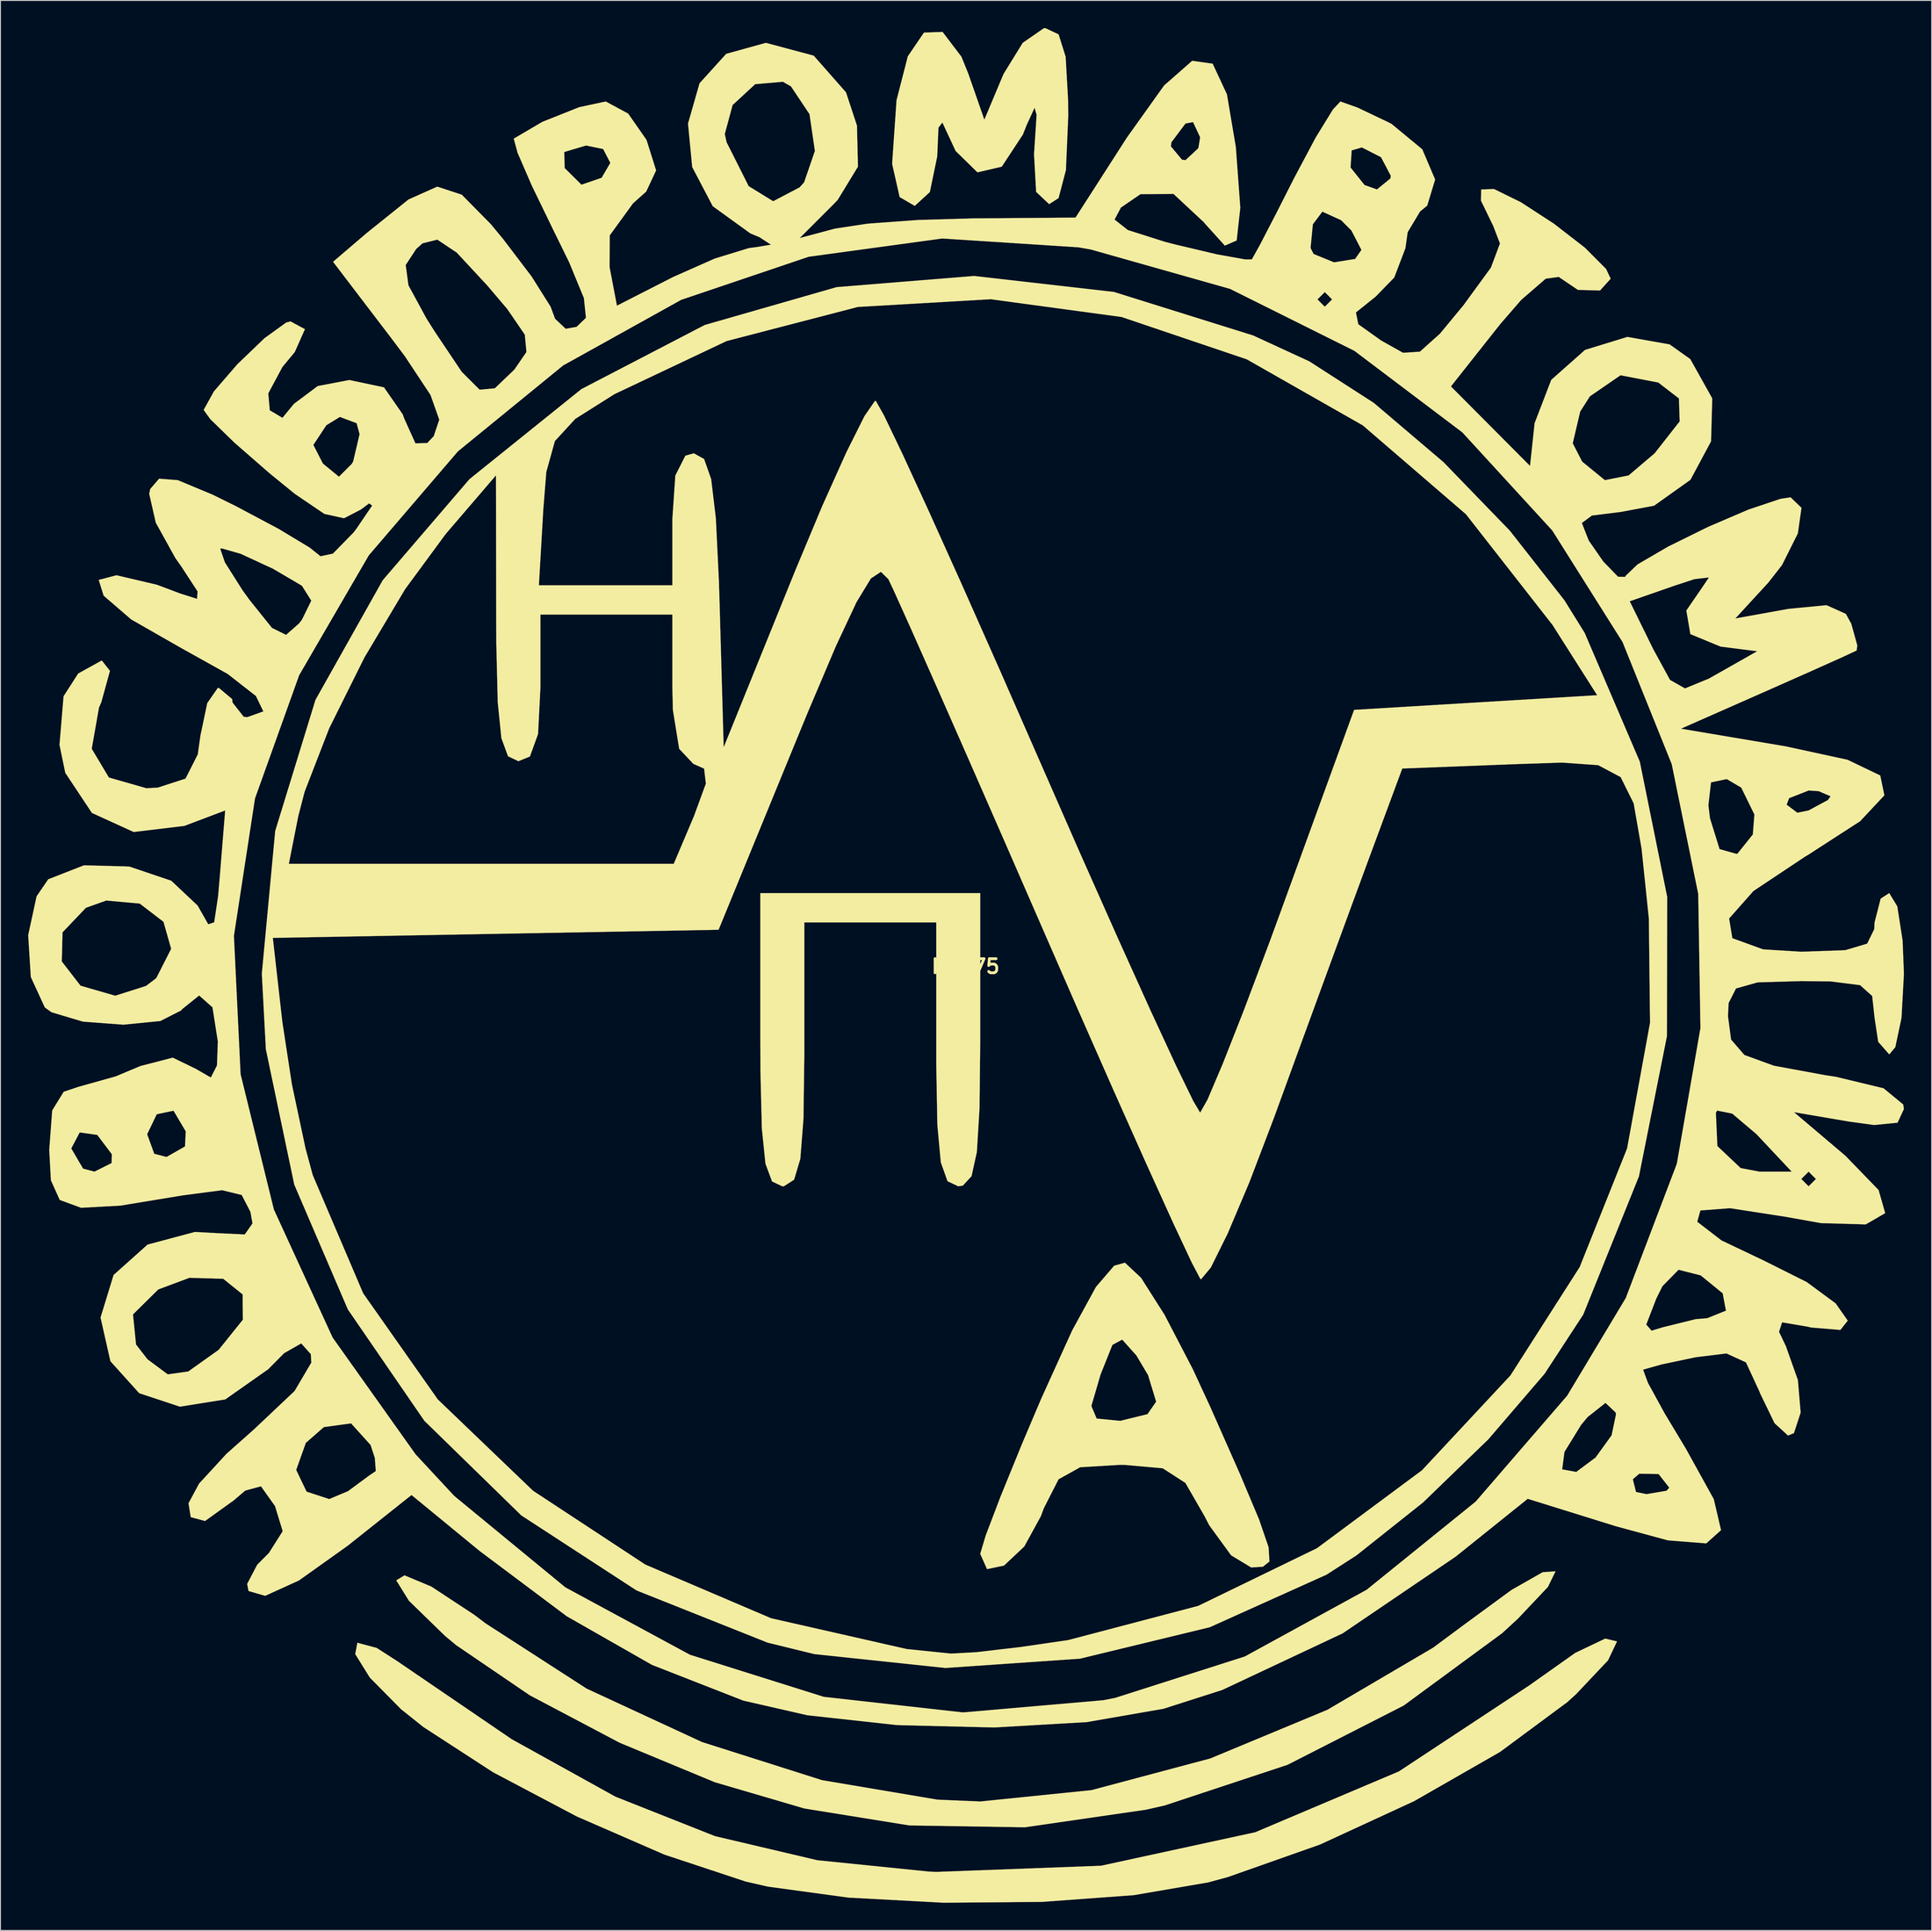
<source format=kicad_pcb>
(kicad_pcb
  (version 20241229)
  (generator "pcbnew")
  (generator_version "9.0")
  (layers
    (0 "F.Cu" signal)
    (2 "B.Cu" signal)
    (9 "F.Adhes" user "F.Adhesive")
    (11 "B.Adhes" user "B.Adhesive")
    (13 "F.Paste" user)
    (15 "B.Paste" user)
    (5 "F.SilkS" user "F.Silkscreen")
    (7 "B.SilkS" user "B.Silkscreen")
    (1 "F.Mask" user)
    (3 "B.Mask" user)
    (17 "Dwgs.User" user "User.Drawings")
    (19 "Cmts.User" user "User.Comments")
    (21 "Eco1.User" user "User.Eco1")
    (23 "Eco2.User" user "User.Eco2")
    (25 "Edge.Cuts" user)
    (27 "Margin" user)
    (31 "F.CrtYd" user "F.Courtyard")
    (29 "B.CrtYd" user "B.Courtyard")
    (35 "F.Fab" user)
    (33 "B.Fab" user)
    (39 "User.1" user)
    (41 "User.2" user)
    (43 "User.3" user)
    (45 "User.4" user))
  (footprint "NPA75"
    (layer "F.Cu")
    (at 101.502 101.605)
    (property "Reference" "NPA75" (at 0 0 0) (layer "F.SilkS") (effects (font (size 1.524 1.524) (thickness 0.3))))
    (attr through_hole)
    (fp_poly (pts (xy 1.587 7.938) (xy 1.509 15.34) (xy 1.221 20.093) (xy 0.644 22.718) (xy -0.298 23.737) (xy -0.794 23.812) (xy -1.955 23.256) (xy -2.679 21.224) (xy -3.055 17.174) (xy -3.174 10.563) (xy -3.175 9.525) (xy -3.175 -4.763) (xy -17.462 -4.763) (xy -17.462 9.525) (xy -17.555 16.495) (xy -17.894 20.837) (xy -18.569 23.093) (xy -19.671 23.805) (xy -19.844 23.812) (xy -20.954 23.288) (xy -21.667 21.366) (xy -22.061 17.524) (xy -22.214 11.241) (xy -22.225 7.938) (xy -22.225 -7.938) (xy 1.587 -7.938) (xy 1.587 7.938)) (stroke (width 0.01) (type solid)) (fill yes) (layer "F.SilkS"))
    (fp_poly (pts (xy 63.053 67.196) (xy 59.812 70.627) (xy 58.101 72.203) (xy 47.431 80.044) (xy 34.868 86.454) (xy 21.572 90.856) (xy 19.505 91.324) (xy 6.417 93.224) (xy -6.077 93.023) (xy -17.462 91.186) (xy -27.156 88.342) (xy -37.46 84.066) (xy -47.194 78.926) (xy -55.176 73.489) (xy -56.37 72.493) (xy -60.271 68.697) (xy -61.643 66.487) (xy -60.751 65.945) (xy -57.862 67.152) (xy -53.24 70.189) (xy -51.97 71.148) (xy -41.03 78.212) (xy -28.551 83.992) (xy -15.551 88.122) (xy -3.045 90.234) (xy 1.587 90.432) (xy 13.635 89.204) (xy 26.507 85.77) (xy 39.177 80.504) (xy 50.621 73.779) (xy 53.937 71.318) (xy 59.113 67.523) (xy 62.496 65.6) (xy 63.878 65.506) (xy 63.053 67.196)) (stroke (width 0.01) (type solid)) (fill yes) (layer "F.SilkS"))
    (fp_poly (pts (xy 10.071 -100.931) (xy 10.834 -98.507) (xy 11.103 -93.701) (xy 11.113 -92.075) (xy 10.864 -86.243) (xy 10.067 -83.204) (xy 9.05 -82.55) (xy 7.641 -83.873) (xy 7.413 -87.963) (xy 7.451 -88.503) (xy 7.692 -92.209) (xy 7.472 -92.992) (xy 6.601 -91.093) (xy 6.207 -90.091) (xy 3.917 -86.606) (xy 1.286 -85.993) (xy -1.083 -88.315) (xy -1.538 -89.297) (xy -2.511 -91.387) (xy -2.937 -90.832) (xy -3.074 -87.709) (xy -3.87 -83.859) (xy -5.504 -82.36) (xy -7.138 -83.317) (xy -7.935 -86.831) (xy -7.938 -87.114) (xy -7.475 -93.798) (xy -6.251 -98.561) (xy -4.509 -101.122) (xy -2.494 -101.199) (xy -0.449 -98.509) (xy 0.304 -96.647) (xy 2.031 -91.693) (xy 4.114 -96.647) (xy 6.189 -100.014) (xy 8.457 -101.585) (xy 8.655 -101.6) (xy 10.071 -100.931)) (stroke (width 0.01) (type solid)) (fill yes) (layer "F.SilkS"))
    (fp_poly (pts (xy 70.534 73.097) (xy 69.566 75.142) (xy 66.1 78.811) (xy 65.14 79.681) (xy 57.87 85.063) (xy 48.582 90.385) (xy 38.39 95.087) (xy 28.41 98.609) (xy 26.257 99.195) (xy 18.228 100.572) (xy 8.288 101.303) (xy -2.403 101.391) (xy -12.691 100.838) (xy -21.416 99.646) (xy -23.812 99.098) (xy -32.611 96.182) (xy -42.102 92.049) (xy -51.175 87.256) (xy -58.719 82.358) (xy -61.132 80.43) (xy -64.5 77.021) (xy -66.086 74.472) (xy -65.854 73.245) (xy -63.764 73.804) (xy -61.558 75.222) (xy -49.143 83.689) (xy -37.912 89.915) (xy -27.129 94.187) (xy -16.058 96.793) (xy -3.966 98.022) (xy -3.175 98.059) (xy 14.672 97.39) (xy 31.366 93.764) (xy 46.919 87.177) (xy 61.042 77.86) (xy 66.014 74.341) (xy 69.264 72.792) (xy 70.534 73.097)) (stroke (width 0.01) (type solid)) (fill yes) (layer "F.SilkS"))
    (fp_poly (pts (xy 18.989 33.71) (xy 21.549 37.739) (xy 24.606 43.622) (xy 26.466 47.639) (xy 29.711 54.981) (xy 31.783 59.906) (xy 32.806 62.897) (xy 32.902 64.437) (xy 32.196 65.006) (xy 30.931 65.088) (xy 28.755 63.775) (xy 26.385 60.521) (xy 25.874 59.531) (xy 23.801 55.93) (xy 21.347 54.347) (xy 17.182 53.976) (xy 16.694 53.975) (xy 12.405 54.234) (xy 10.068 55.538) (xy 8.469 58.676) (xy 8.154 59.531) (xy 6.355 62.815) (xy 4.162 64.882) (xy 2.323 65.268) (xy 1.587 63.614) (xy 2.182 61.622) (xy 3.789 57.403) (xy 6.141 51.638) (xy 7.855 47.6) (xy 13.618 47.6) (xy 14.19 48.962) (xy 16.722 49.212) (xy 16.751 49.212) (xy 19.697 48.489) (xy 20.637 47.135) (xy 19.759 44.257) (xy 18.496 42.129) (xy 16.96 40.411) (xy 15.894 40.987) (xy 14.61 44.207) (xy 13.618 47.6) (xy 7.855 47.6) (xy 8.163 46.872) (xy 11.538 39.432) (xy 14.118 34.712) (xy 16.088 32.412) (xy 17.252 32.088) (xy 18.989 33.71)) (stroke (width 0.01) (type solid)) (fill yes) (layer "F.SilkS"))
    (fp_poly (pts (xy 16.062 -73.038) (xy 31.139 -68.323) (xy 37.221 -65.52) (xy 44.206 -61.02) (xy 51.747 -54.608) (xy 58.929 -47.185) (xy 64.837 -39.652) (xy 67.032 -36.119) (xy 73.002 -22.176) (xy 75.971 -7.51) (xy 75.938 7.566) (xy 72.906 22.744) (xy 66.879 37.7) (xy 62.689 44.118) (xy 56.613 51.199) (xy 49.53 58.051) (xy 42.323 63.781) (xy 39.089 65.864) (xy 26.441 71.559) (xy 12.383 74.965) (xy -2.187 75.971) (xy -16.371 74.469) (xy -21.431 73.23) (xy -35.628 67.574) (xy -48.103 59.452) (xy -58.606 49.199) (xy -66.884 37.147) (xy -72.687 23.628) (xy -75.762 8.974) (xy -76.2 0.794) (xy -75.836 -3.09) (xy -75.013 -3.09) (xy -73.984 5.996) (xy -72.948 12.764) (xy -71.478 19.685) (xy -70.694 22.59) (xy -65.231 35.398) (xy -57.149 46.892) (xy -46.836 56.782) (xy -34.679 64.777) (xy -21.065 70.587) (xy -6.38 73.923) (xy -1.587 74.415) (xy 1.148 74.267) (xy 5.927 73.709) (xy 11.113 72.954) (xy 25.19 69.251) (xy 38.055 63.002) (xy 49.419 54.565) (xy 58.995 44.299) (xy 66.495 32.561) (xy 71.63 19.71) (xy 74.112 6.103) (xy 73.984 -5.2) (xy 73.2 -12.738) (xy 72.34 -17.661) (xy 70.931 -20.502) (xy 68.499 -21.795) (xy 64.57 -22.074) (xy 59.172 -21.892) (xy 47.283 -21.431) (xy 43.755 -11.906) (xy 41.775 -6.534) (xy 39.083 0.807) (xy 36.051 9.098) (xy 33.396 16.378) (xy 30.742 23.338) (xy 28.382 28.92) (xy 26.554 32.608) (xy 25.494 33.883) (xy 25.42 33.84) (xy 24.493 32.078) (xy 22.494 27.814) (xy 19.611 21.462) (xy 16.03 13.435) (xy 11.936 4.147) (xy 8.739 -3.175) (xy 4.351 -13.24) (xy 0.315 -22.459) (xy -3.177 -30.391) (xy -5.929 -36.598) (xy -7.749 -40.639) (xy -8.362 -41.942) (xy -9.167 -42.73) (xy -10.25 -42.017) (xy -11.804 -39.463) (xy -14.024 -34.728) (xy -17.103 -27.474) (xy -18.336 -24.48) (xy -26.746 -3.969) (xy -50.88 -3.529) (xy -75.013 -3.09) (xy -75.836 -3.09) (xy -75.084 -11.113) (xy -73.277 -11.113) (xy -31.597 -11.113) (xy -29.41 -16.272) (xy -28.12 -19.797) (xy -28.31 -21.417) (xy -29.487 -21.945) (xy -31.012 -23.571) (xy -31.693 -27.791) (xy -31.75 -30.279) (xy -31.75 -38.1) (xy -46.038 -38.1) (xy -46.038 -30.163) (xy -46.292 -25.171) (xy -47.175 -22.733) (xy -48.419 -22.225) (xy -49.542 -22.759) (xy -50.261 -24.714) (xy -50.657 -28.615) (xy -50.812 -34.99) (xy -50.824 -37.703) (xy -50.829 -41.275) (xy -46.203 -41.275) (xy -31.75 -41.275) (xy -31.75 -48.419) (xy -31.425 -53.166) (xy -30.337 -55.308) (xy -29.424 -55.562) (xy -28.312 -54.946) (xy -27.547 -52.764) (xy -27.042 -48.521) (xy -26.71 -41.719) (xy -26.646 -39.644) (xy -26.194 -23.726) (xy -18.47 -42.8) (xy -15.522 -49.852) (xy -12.93 -55.626) (xy -10.945 -59.596) (xy -9.816 -61.235) (xy -9.72 -61.239) (xy -8.836 -59.671) (xy -6.872 -55.576) (xy -4.004 -49.345) (xy -0.411 -41.368) (xy 3.73 -32.034) (xy 7.956 -22.392) (xy 12.434 -12.18) (xy 16.517 -2.995) (xy 20.03 4.781) (xy 22.799 10.765) (xy 24.651 14.577) (xy 25.4 15.839) (xy 26.192 14.437) (xy 27.838 10.568) (xy 30.129 4.754) (xy 32.854 -2.479) (xy 34.131 -5.962) (xy 42.069 -27.781) (xy 55.229 -28.575) (xy 68.389 -29.369) (xy 63.556 -36.975) (xy 54.179 -48.969) (xy 43.013 -58.59) (xy 30.453 -65.742) (xy 16.892 -70.329) (xy 2.722 -72.252) (xy -11.664 -71.417) (xy -25.871 -67.725) (xy -38.021 -61.974) (xy -42.264 -59.292) (xy -44.471 -56.894) (xy -45.399 -53.553) (xy -45.724 -49.507) (xy -46.203 -41.275) (xy -50.829 -41.275) (xy -50.847 -53.181) (xy -56.291 -46.831) (xy -60.689 -40.852) (xy -65.089 -33.465) (xy -68.91 -25.782) (xy -71.57 -18.915) (xy -72.257 -16.272) (xy -73.277 -11.113) (xy -75.084 -11.113) (xy -74.75 -14.671) (xy -70.391 -28.863) (xy -63.111 -41.816) (xy -53.715 -52.767) (xy -41.604 -62.514) (xy -28.242 -69.46) (xy -13.958 -73.56) (xy 0.92 -74.768) (xy 16.062 -73.038)) (stroke (width 0.01) (type solid)) (fill yes) (layer "F.SilkS"))
    (fp_poly (pts (xy -16.446 -98.628) (xy -12.949 -94.656) (xy -11.762 -91.05) (xy -11.656 -86.605) (xy -13.851 -83.004) (xy -14.373 -82.465) (xy -17.964 -78.874) (xy -14.141 -79.896) (xy -10.622 -80.431) (xy -5.144 -80.831) (xy 0.794 -81.005) (xy 11.906 -81.091) (xy 16.86 -88.806) (xy 22.225 -88.806) (xy 23.436 -87.355) (xy 23.812 -87.312) (xy 25.206 -88.605) (xy 25.4 -89.787) (xy 24.63 -91.431) (xy 23.812 -91.281) (xy 22.286 -89.252) (xy 22.225 -88.806) (xy 16.86 -88.806) (xy 17.462 -89.745) (xy 21.494 -95.394) (xy 24.537 -98.069) (xy 26.752 -97.756) (xy 28.296 -94.442) (xy 29.261 -88.733) (xy 29.744 -82.161) (xy 29.352 -78.613) (xy 28.072 -78.06) (xy 25.892 -80.469) (xy 25.827 -80.566) (xy 22.511 -83.657) (xy 18.93 -83.626) (xy 16.818 -82.177) (xy 16.13 -80.876) (xy 17.566 -79.743) (xy 21.586 -78.465) (xy 22.678 -78.181) (xy 27.23 -77.107) (xy 30.281 -76.559) (xy 31.002 -76.569) (xy 31.688 -77.804) (xy 37.351 -77.804) (xy 37.68 -77.149) (xy 39.898 -76.243) (xy 42.179 -76.611) (xy 42.862 -77.593) (xy 41.78 -79.691) (xy 40.667 -80.809) (xy 38.631 -81.736) (xy 37.601 -80.364) (xy 37.351 -77.804) (xy 31.688 -77.804) (xy 31.853 -78.1) (xy 33.683 -81.634) (xy 35.555 -85.328) (xy 36.185 -86.514) (xy 41.684 -86.514) (xy 43.198 -84.616) (xy 44.544 -84.138) (xy 46.008 -85.335) (xy 46.038 -85.631) (xy 44.983 -87.635) (xy 42.912 -88.69) (xy 41.804 -88.371) (xy 41.684 -86.514) (xy 36.185 -86.514) (xy 37.924 -89.782) (xy 39.785 -92.807) (xy 40.587 -93.662) (xy 42.44 -93.003) (xy 45.806 -91.4) (xy 46.116 -91.24) (xy 49.448 -88.487) (xy 50.842 -85.212) (xy 49.982 -82.386) (xy 49.212 -81.756) (xy 47.866 -79.511) (xy 47.625 -77.784) (xy 46.413 -74.601) (xy 44.402 -72.535) (xy 42.265 -70.823) (xy 42.521 -69.542) (xy 45.003 -67.773) (xy 47.367 -66.448) (xy 49.192 -66.569) (xy 51.366 -68.518) (xy 53.915 -71.601) (xy 56.887 -75.676) (xy 57.865 -78.289) (xy 57.134 -80.189) (xy 55.807 -82.926) (xy 55.826 -84.134) (xy 57.211 -84.187) (xy 60.124 -82.755) (xy 63.697 -80.435) (xy 67.062 -77.827) (xy 69.351 -75.528) (xy 69.85 -74.475) (xy 68.695 -73.196) (xy 66.303 -73.264) (xy 64.287 -74.625) (xy 64.257 -74.671) (xy 62.816 -74.476) (xy 60.166 -72.185) (xy 57.895 -69.563) (xy 52.55 -62.809) (xy 56.834 -58.502) (xy 61.119 -54.195) (xy 61.382 -56.651) (xy 65.74 -56.651) (xy 66.759 -54.667) (xy 69.221 -52.656) (xy 71.794 -53.167) (xy 74.612 -55.562) (xy 77.321 -59.019) (xy 77.244 -61.505) (xy 75.009 -63.23) (xy 70.913 -64.018) (xy 67.599 -61.738) (xy 66.547 -60.085) (xy 65.74 -56.651) (xy 61.382 -56.651) (xy 61.615 -58.827) (xy 63.418 -63.52) (xy 67.076 -66.761) (xy 71.657 -68.168) (xy 76.232 -67.357) (xy 78.468 -65.768) (xy 80.846 -61.512) (xy 80.718 -56.861) (xy 78.484 -52.694) (xy 74.547 -49.892) (xy 70.916 -49.213) (xy 67.822 -48.829) (xy 66.725 -48.022) (xy 67.473 -46.118) (xy 69.051 -43.844) (xy 70.644 -42.2) (xy 71.433 -42.182) (xy 71.438 -42.267) (xy 72.758 -43.53) (xy 76.073 -45.462) (xy 80.409 -47.6) (xy 84.794 -49.479) (xy 88.256 -50.637) (xy 89.328 -50.8) (xy 90.509 -49.663) (xy 90.115 -46.894) (xy 88.397 -43.458) (xy 86.916 -41.563) (xy 83.344 -37.678) (xy 89.113 -38.72) (xy 93.225 -39.114) (xy 95.31 -38.178) (xy 95.897 -37.116) (xy 96.553 -34.754) (xy 96.478 -34.208) (xy 94.916 -33.482) (xy 91.265 -31.846) (xy 86.75 -29.844) (xy 77.455 -25.743) (xy 88.82 -23.826) (xy 95.497 -22.376) (xy 99.039 -20.676) (xy 99.482 -18.527) (xy 96.859 -15.725) (xy 91.208 -12.071) (xy 90.923 -11.906) (xy 85.307 -8.167) (xy 82.672 -5.19) (xy 83.021 -3.056) (xy 86.357 -1.844) (xy 90.487 -1.587) (xy 95.248 -1.755) (xy 97.623 -2.464) (xy 98.391 -4.028) (xy 98.425 -4.763) (xy 99.09 -7.342) (xy 100.013 -7.938) (xy 100.882 -6.502) (xy 101.458 -2.8) (xy 101.6 0.794) (xy 101.339 5.575) (xy 100.666 8.747) (xy 100.013 9.525) (xy 98.819 8.166) (xy 98.425 5.556) (xy 98.168 3.201) (xy 96.854 2.026) (xy 93.673 1.625) (xy 90.487 1.587) (xy 85.771 1.723) (xy 83.418 2.387) (xy 82.619 3.966) (xy 82.55 5.386) (xy 82.885 7.922) (xy 84.325 9.59) (xy 87.522 10.756) (xy 93.127 11.788) (xy 94.253 11.959) (xy 99.396 13.199) (xy 101.524 14.953) (xy 101.6 15.438) (xy 100.915 16.922) (xy 98.374 17.173) (xy 95.647 16.799) (xy 89.694 15.782) (xy 95.25 20.493) (xy 98.857 24.213) (xy 99.572 26.719) (xy 97.467 27.937) (xy 92.611 27.796) (xy 88.778 27.11) (xy 82.781 26.182) (xy 79.564 26.426) (xy 79.22 27.653) (xy 81.845 29.674) (xy 86.402 31.842) (xy 91.08 34.185) (xy 94.21 36.494) (xy 95.517 38.358) (xy 94.723 39.364) (xy 91.555 39.101) (xy 91.198 39.015) (xy 88.411 38.542) (xy 88.073 39.566) (xy 88.817 41.12) (xy 90.117 44.788) (xy 90.418 48.32) (xy 89.69 50.541) (xy 89.055 50.8) (xy 87.596 49.465) (xy 86.033 46.236) (xy 85.97 46.059) (xy 84.5 42.878) (xy 82.384 41.911) (xy 79.068 42.318) (xy 75.389 43.093) (xy 73.418 43.647) (xy 73.361 43.681) (xy 73.884 45.099) (xy 75.704 48.424) (xy 77.995 52.233) (xy 81.012 57.691) (xy 81.798 61.049) (xy 80.198 62.479) (xy 76.056 62.154) (xy 70.397 60.618) (xy 60.867 57.652) (xy 53.055 63.922) (xy 40.826 72.224) (xy 27.795 78.351) (xy 21.431 80.389) (xy 13.124 81.833) (xy 3.102 82.415) (xy -7.398 82.159) (xy -17.138 81.09) (xy -24.072 79.504) (xy -33.955 75.637) (xy -43.184 70.371) (xy -52.618 63.3) (xy -59.993 57.241) (xy -66.906 62.736) (xy -72.181 66.494) (xy -75.838 68.157) (xy -77.639 67.637) (xy -77.787 66.869) (xy -76.702 64.795) (xy -75.44 63.528) (xy -73.94 61.162) (xy -74.772 58.439) (xy -76.294 56.298) (xy -78.001 56.764) (xy -79.229 57.812) (xy -82.348 60.055) (xy -83.898 59.636) (xy -84.138 58.135) (xy -82.988 56) (xy -81.633 54.527) (xy -72.483 54.527) (xy -71.359 56.878) (xy -68.905 57.684) (xy -66.861 56.825) (xy -64.572 55.132) (xy -63.86 54.651) (xy -63.965 53.226) (xy -64.426 51.821) (xy -66.535 49.484) (xy -69.483 49.886) (xy -71.438 51.594) (xy -72.483 54.527) (xy -81.633 54.527) (xy -80.019 52.772) (xy -77.063 50.148) (xy -72.656 45.986) (xy -70.841 42.905) (xy -70.896 41.985) (xy -71.936 40.823) (xy -73.797 41.888) (xy -75.513 43.622) (xy -80.159 46.889) (xy -85.072 47.674) (xy -89.476 46.215) (xy -92.596 42.754) (xy -93.663 38.023) (xy -93.559 37.686) (xy -90.154 37.686) (xy -89.823 40.947) (xy -88.583 42.545) (xy -86.387 44.178) (xy -84.167 43.867) (xy -80.874 41.522) (xy -78.258 38.266) (xy -78.276 35.52) (xy -80.385 33.824) (xy -84.044 33.72) (xy -87.417 34.981) (xy -90.154 37.686) (xy -93.559 37.686) (xy -92.253 33.418) (xy -88.574 30.127) (xy -83.451 28.756) (xy -81.195 28.88) (xy -78.047 29.027) (xy -77.211 27.835) (xy -77.435 26.575) (xy -78.379 24.751) (xy -80.502 24.232) (xy -84.744 24.789) (xy -84.747 24.789) (xy -91.518 25.904) (xy -95.77 26.136) (xy -98.083 25.287) (xy -99.039 23.16) (xy -99.219 19.865) (xy -99.207 19.711) (xy -96.838 19.711) (xy -95.559 21.898) (xy -94.324 22.225) (xy -92.472 21.302) (xy -92.439 20.34) (xy -94.019 18.243) (xy -94.526 18.172) (xy -88.62 18.172) (xy -87.853 20.291) (xy -86.519 20.637) (xy -84.517 19.496) (xy -84.44 17.859) (xy -85.763 15.623) (xy -87.582 16.009) (xy -88.62 18.172) (xy -94.526 18.172) (xy -95.921 17.977) (xy -96.838 19.711) (xy -99.207 19.711) (xy -98.896 15.595) (xy -97.653 13.577) (xy -96.044 13.037) (xy -92.03 11.914) (xy -89.351 10.791) (xy -85.849 9.883) (xy -83.398 11.068) (xy -81.722 12.034) (xy -81.057 10.725) (xy -80.963 8.132) (xy -81.542 4.432) (xy -82.988 3.147) (xy -84.861 4.651) (xy -84.931 4.763) (xy -87.193 5.911) (xy -91.186 6.307) (xy -95.562 5.981) (xy -98.975 4.962) (xy -99.695 4.445) (xy -101.213 1.149) (xy -101.319 -0.538) (xy -97.863 -0.538) (xy -95.832 2.09) (xy -92.075 3.175) (xy -88.742 2.116) (xy -87.63 1.27) (xy -86.017 -1.906) (xy -86.415 -3.306) (xy -79.226 -3.306) (xy -78.503 11.676) (xy -74.9 26.319) (xy -68.54 40.187) (xy -59.549 52.843) (xy -55.367 57.345) (xy -43.336 67.245) (xy -29.848 74.542) (xy -15.347 79.102) (xy -0.275 80.788) (xy 14.923 79.466) (xy 16.194 79.214) (xy 30.231 74.734) (xy 43.421 67.51) (xy 55.234 57.957) (xy 57.325 55.537) (xy 72.247 55.537) (xy 72.592 56.917) (xy 73.725 57.15) (xy 75.902 56.782) (xy 76.2 56.45) (xy 75.037 54.968) (xy 72.944 54.935) (xy 72.247 55.537) (xy 57.325 55.537) (xy 58.248 54.467) (xy 64.598 54.467) (xy 66.123 54.743) (xy 68.214 53.186) (xy 69.955 50.774) (xy 70.434 48.483) (xy 70.376 48.293) (xy 69.287 47.267) (xy 67.368 48.783) (xy 66.661 49.624) (xy 64.842 52.58) (xy 64.598 54.467) (xy 58.248 54.467) (xy 65.139 46.491) (xy 69.762 38.785) (xy 73.701 38.785) (xy 74.278 39.45) (xy 75.484 39.084) (xy 79.064 38.198) (xy 80.299 38.1) (xy 82.334 37.28) (xy 81.981 35.401) (xy 79.6 33.458) (xy 77.197 32.847) (xy 75.449 34.633) (xy 74.785 35.973) (xy 73.701 38.785) (xy 69.762 38.785) (xy 71.487 35.91) (xy 76.388 23.019) (xy 90.487 23.019) (xy 91.281 23.812) (xy 92.075 23.019) (xy 91.281 22.225) (xy 90.487 23.019) (xy 76.388 23.019) (xy 77.013 21.375) (xy 77.978 15.833) (xy 81.241 15.833) (xy 81.401 19.454) (xy 83.923 21.839) (xy 85.952 22.225) (xy 89.453 22.225) (xy 85.636 18.162) (xy 83.011 15.937) (xy 81.381 15.61) (xy 81.241 15.833) (xy 77.978 15.833) (xy 79.571 6.678) (xy 79.332 -7.856) (xy 77.372 -17.453) (xy 80.428 -17.453) (xy 80.598 -16.053) (xy 81.638 -12.703) (xy 83.484 -12.182) (xy 83.591 -12.221) (xy 85.244 -14.29) (xy 85.412 -16.458) (xy 84.895 -17.512) (xy 88.9 -17.512) (xy 90.064 -16.639) (xy 91.281 -16.888) (xy 93.37 -18.015) (xy 93.662 -18.426) (xy 92.366 -18.981) (xy 91.281 -19.05) (xy 89.168 -18.219) (xy 88.9 -17.512) (xy 84.895 -17.512) (xy 83.987 -19.365) (xy 82.418 -20.29) (xy 80.712 -19.93) (xy 80.428 -17.453) (xy 77.372 -17.453) (xy 76.464 -21.9) (xy 71.137 -35.128) (xy 68.357 -39.542) (xy 71.911 -39.542) (xy 74.452 -34.363) (xy 76.277 -31.021) (xy 77.899 -30.103) (xy 80.468 -31.159) (xy 81.355 -31.658) (xy 85.716 -34.131) (xy 81.752 -34.634) (xy 78.479 -35.987) (xy 78.047 -38.541) (xy 79.736 -41.001) (xy 80.491 -42.124) (xy 78.929 -41.942) (xy 76.797 -41.245) (xy 71.911 -39.542) (xy 68.357 -39.542) (xy 63.522 -47.216) (xy 53.787 -57.836) (xy 42.103 -66.663) (xy 30.929 -72.231) (xy 38.1 -72.231) (xy 38.894 -71.438) (xy 39.688 -72.231) (xy 38.894 -73.025) (xy 38.1 -72.231) (xy 30.929 -72.231) (xy 28.64 -73.372) (xy 13.566 -77.636) (xy 12.222 -77.874) (xy -2.53 -78.829) (xy -16.99 -76.852) (xy -30.793 -72.188) (xy -43.575 -65.081) (xy -54.973 -55.774) (xy -64.623 -44.511) (xy -72.161 -31.535) (xy -76.944 -18.19) (xy -79.226 -3.306) (xy -86.415 -3.306) (xy -86.848 -4.832) (xy -89.424 -6.808) (xy -93.046 -7.136) (xy -95.25 -6.35) (xy -97.783 -3.691) (xy -97.863 -0.538) (xy -101.319 -0.538) (xy -101.497 -3.388) (xy -100.587 -7.59) (xy -99.33 -9.433) (xy -95.455 -10.949) (xy -90.563 -10.817) (xy -86.008 -9.277) (xy -83.156 -6.59) (xy -82.005 -4.563) (xy -81.358 -4.77) (xy -80.935 -7.591) (xy -80.738 -9.875) (xy -80.169 -16.889) (xy -84.595 -15.217) (xy -90.077 -14.559) (xy -94.599 -16.622) (xy -97.481 -20.963) (xy -98.108 -23.998) (xy -97.667 -29.253) (xy -96.086 -31.715) (xy -93.532 -33.13) (xy -92.648 -32.008) (xy -93.586 -28.601) (xy -93.836 -28.033) (xy -94.621 -23.567) (xy -92.761 -20.455) (xy -88.695 -19.291) (xy -87.448 -19.367) (xy -84.466 -20.332) (xy -83.134 -22.958) (xy -82.846 -25.003) (xy -82.107 -28.517) (xy -80.974 -30.148) (xy -80.862 -30.163) (xy -79.418 -28.951) (xy -79.375 -28.575) (xy -78.167 -27.034) (xy -77.787 -26.988) (xy -76.033 -27.615) (xy -76.841 -29.286) (xy -79.906 -31.679) (xy -84.924 -34.476) (xy -84.931 -34.479) (xy -90.351 -37.58) (xy -93.329 -40.149) (xy -93.86 -41.853) (xy -91.94 -42.358) (xy -87.565 -41.331) (xy -85.013 -40.371) (xy -83.213 -39.802) (xy -83.157 -40.61) (xy -84.921 -43.317) (xy -85.558 -44.216) (xy -86.116 -45.225) (xy -80.705 -45.225) (xy -80.206 -43.756) (xy -78.301 -40.748) (xy -77.569 -39.731) (xy -75.104 -36.655) (xy -73.575 -35.901) (xy -72.151 -37.156) (xy -71.845 -37.567) (xy -70.843 -39.607) (xy -71.861 -41.227) (xy -74.981 -43.06) (xy -78.486 -44.683) (xy -80.553 -45.274) (xy -80.705 -45.225) (xy -86.116 -45.225) (xy -87.681 -48.053) (xy -88.392 -51.176) (xy -88.288 -51.694) (xy -87.324 -52.814) (xy -85.298 -52.656) (xy -81.529 -51.083) (xy -79.011 -49.842) (xy -74.382 -47.379) (xy -71.019 -45.352) (xy -69.85 -44.414) (xy -68.506 -44.698) (xy -66.268 -46.989) (xy -65.955 -47.4) (xy -64.254 -49.904) (xy -64.578 -50.149) (xy -65.489 -49.472) (xy -67.299 -48.536) (xy -69.425 -49.003) (xy -72.631 -51.177) (xy -75.337 -53.381) (xy -78.884 -56.474) (xy -70.624 -56.474) (xy -69.592 -54.458) (xy -67.853 -53.027) (xy -66.461 -54.418) (xy -66.311 -54.681) (xy -65.613 -57.638) (xy -65.937 -58.827) (xy -67.749 -59.507) (xy -69.217 -58.604) (xy -70.624 -56.474) (xy -78.884 -56.474) (xy -79.176 -56.729) (xy -81.773 -59.26) (xy -82.5 -60.264) (xy -81.384 -62.275) (xy -78.851 -65.207) (xy -75.91 -68.031) (xy -73.571 -69.718) (xy -73.101 -69.85) (xy -71.536 -69.008) (xy -72.642 -66.52) (xy -73.974 -64.916) (xy -75.507 -62.048) (xy -75.342 -60.221) (xy -73.97 -59.403) (xy -72.726 -60.915) (xy -70.149 -62.847) (xy -66.728 -63.5) (xy -62.977 -62.707) (xy -60.945 -59.782) (xy -60.796 -59.357) (xy -59.572 -56.644) (xy -58.291 -56.677) (xy -57.588 -57.416) (xy -56.986 -59.207) (xy -57.933 -61.881) (xy -60.693 -66.05) (xy -62.124 -67.96) (xy -68.222 -75.958) (xy -60.625 -75.958) (xy -60.327 -73.755) (xy -58.388 -70.183) (xy -57.467 -68.725) (xy -54.557 -64.387) (xy -52.618 -62.451) (xy -50.976 -62.602) (xy -48.959 -64.528) (xy -48.813 -64.691) (xy -47.548 -66.536) (xy -47.724 -68.414) (xy -49.626 -71.194) (xy -51.777 -73.727) (xy -55.093 -77.301) (xy -57.199 -78.706) (xy -58.801 -78.307) (xy -59.487 -77.696) (xy -60.625 -75.958) (xy -68.222 -75.958) (xy -68.486 -76.304) (xy -64.802 -79.454) (xy -60.312 -83.055) (xy -57.206 -84.441) (xy -54.556 -83.571) (xy -51.432 -80.404) (xy -50.112 -78.814) (xy -46.995 -74.715) (xy -44.938 -71.447) (xy -44.45 -70.133) (xy -43.3 -69.049) (xy -42.121 -69.256) (xy -41.104 -70.238) (xy -41.325 -72.372) (xy -42.929 -76.267) (xy -44.607 -79.685) (xy -46.956 -84.532) (xy -48.506 -88.105) (xy -48.53 -88.194) (xy -43.457 -88.194) (xy -43.411 -86.452) (xy -41.593 -84.651) (xy -39.408 -85.4) (xy -38.464 -87.015) (xy -39.243 -88.517) (xy -41.093 -88.9) (xy -43.457 -88.194) (xy -48.53 -88.194) (xy -48.922 -89.637) (xy -48.92 -89.639) (xy -45.833 -91.455) (xy -41.836 -93.047) (xy -38.964 -93.662) (xy -36.537 -92.354) (xy -34.551 -89.507) (xy -33.511 -86.201) (xy -34.587 -83.904) (xy -36.006 -82.641) (xy -38.528 -79.168) (xy -38.552 -75.741) (xy -37.752 -71.551) (xy -31.639 -74.669) (xy -27.159 -76.653) (xy -23.449 -77.792) (xy -22.685 -77.888) (xy -21.073 -78.158) (xy -22.313 -78.969) (xy -23.312 -79.386) (xy -27.375 -82.326) (xy -29.599 -86.563) (xy -29.944 -90.142) (xy -26.076 -90.142) (xy -25.88 -89.251) (xy -23.488 -84.496) (xy -20.834 -82.86) (xy -17.964 -84.367) (xy -17.48 -84.911) (xy -16.314 -88.31) (xy -16.898 -92.291) (xy -18.904 -95.3) (xy -19.784 -95.801) (xy -22.78 -95.543) (xy -25.228 -93.279) (xy -26.076 -90.142) (xy -29.944 -90.142) (xy -30.053 -91.274) (xy -28.804 -95.635) (xy -25.919 -98.822) (xy -21.621 -100.013) (xy -16.446 -98.628)) (stroke (width 0.01) (type solid)) (fill yes) (layer "F.SilkS")))
  (gr_rect
    (start -3 -3)
    (end 206.107 206.001)
    (stroke (width 0.1) (type default))
    (fill no)
    (layer "Edge.Cuts")))
</source>
